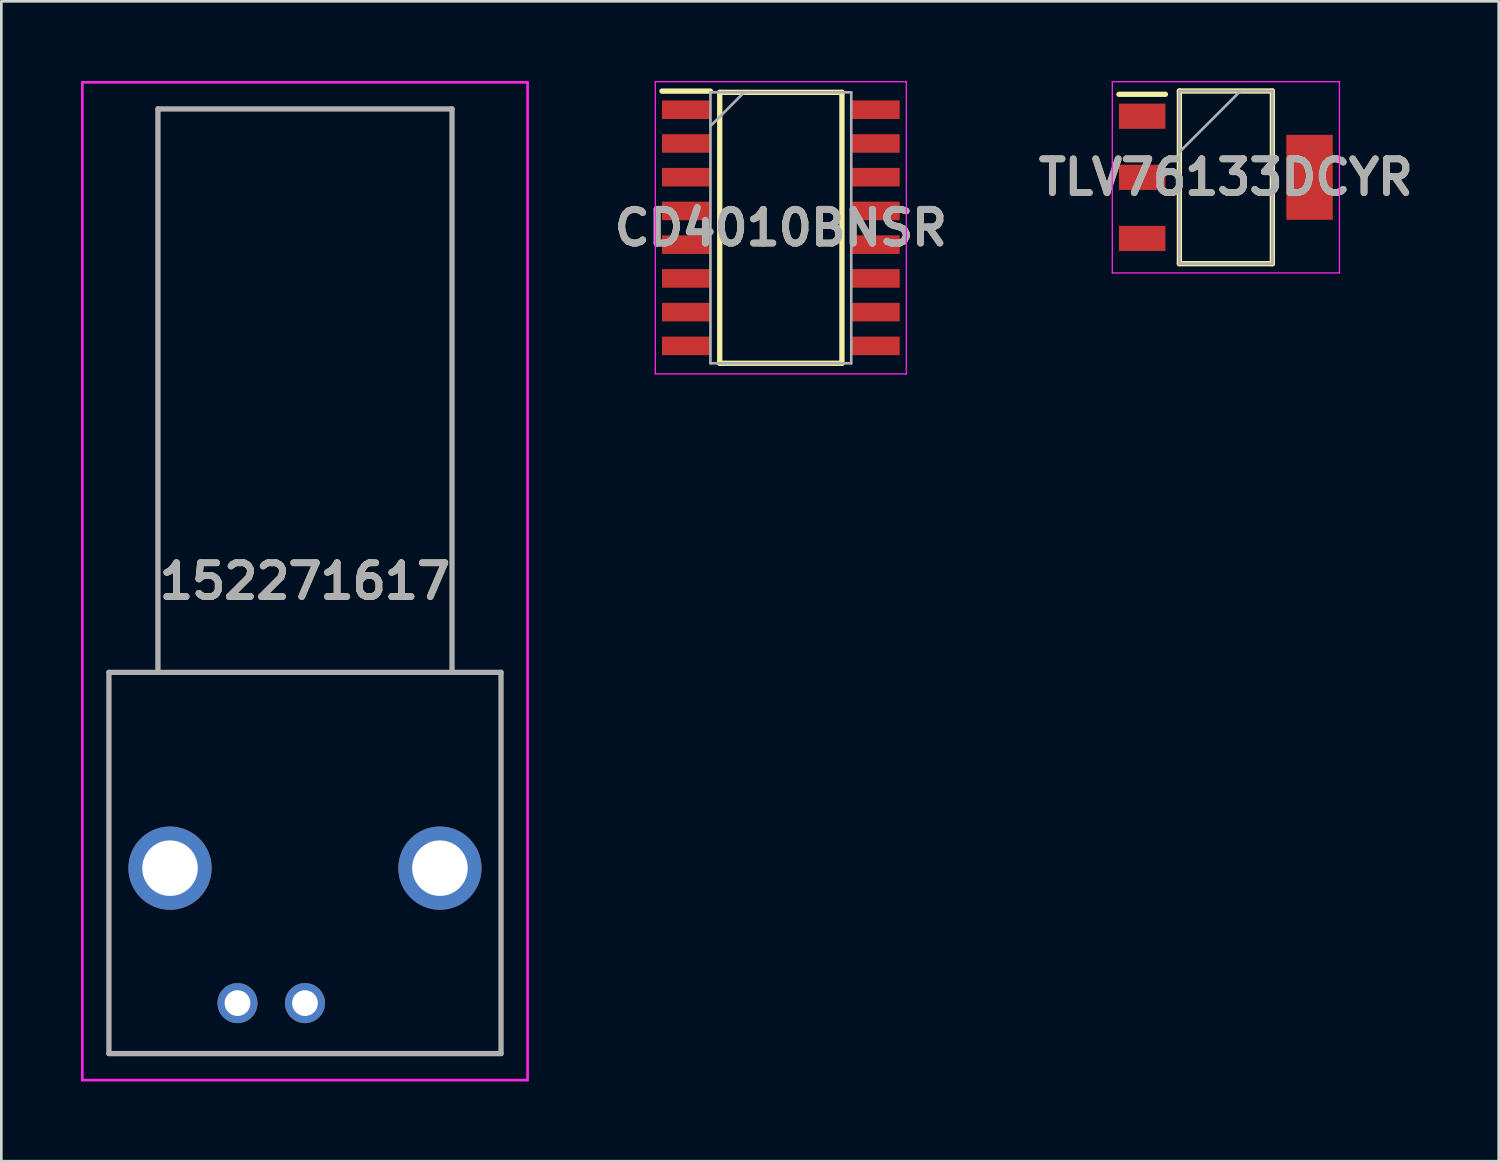
<source format=kicad_pcb>
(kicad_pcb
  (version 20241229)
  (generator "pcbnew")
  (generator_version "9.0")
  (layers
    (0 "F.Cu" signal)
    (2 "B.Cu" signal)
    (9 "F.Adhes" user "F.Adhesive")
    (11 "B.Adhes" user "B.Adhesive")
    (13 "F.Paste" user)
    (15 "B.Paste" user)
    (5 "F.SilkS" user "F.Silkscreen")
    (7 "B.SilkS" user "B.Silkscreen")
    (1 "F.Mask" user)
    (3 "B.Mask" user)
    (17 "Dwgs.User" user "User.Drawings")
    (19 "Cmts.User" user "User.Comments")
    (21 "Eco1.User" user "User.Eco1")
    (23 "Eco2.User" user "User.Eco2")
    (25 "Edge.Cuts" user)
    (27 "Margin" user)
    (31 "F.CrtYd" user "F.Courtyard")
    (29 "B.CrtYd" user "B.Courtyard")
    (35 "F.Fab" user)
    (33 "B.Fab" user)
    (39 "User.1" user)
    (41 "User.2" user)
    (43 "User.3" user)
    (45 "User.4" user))
  (footprint "TLV76133DCYR"
    (layer "F.Cu")
    (at 43.095 3.625)
    (property "Reference" "TLV76133DCYR" (at 0 0 0) (layer "F.SilkS") (effects (font (size 1.27 1.27) (thickness 0.254))))
    (attr smd)
    (fp_line (start -4.025 -3.125) (end -2.275 -3.125) (stroke (width 0.2) (type solid)) (layer "F.SilkS"))
    (fp_line (start -1.75 -3.25) (end 1.75 -3.25) (stroke (width 0.2) (type solid)) (layer "F.SilkS"))
    (fp_line (start -1.75 3.25) (end -1.75 -3.25) (stroke (width 0.2) (type solid)) (layer "F.SilkS"))
    (fp_line (start 1.75 -3.25) (end 1.75 3.25) (stroke (width 0.2) (type solid)) (layer "F.SilkS"))
    (fp_line (start 1.75 3.25) (end -1.75 3.25) (stroke (width 0.2) (type solid)) (layer "F.SilkS"))
    (fp_line (start -4.275 -3.6) (end 4.275 -3.6) (stroke (width 0.05) (type solid)) (layer "F.CrtYd"))
    (fp_line (start -4.275 3.6) (end -4.275 -3.6) (stroke (width 0.05) (type solid)) (layer "F.CrtYd"))
    (fp_line (start 4.275 -3.6) (end 4.275 3.6) (stroke (width 0.05) (type solid)) (layer "F.CrtYd"))
    (fp_line (start 4.275 3.6) (end -4.275 3.6) (stroke (width 0.05) (type solid)) (layer "F.CrtYd"))
    (fp_line (start -1.75 -3.25) (end 1.75 -3.25) (stroke (width 0.1) (type solid)) (layer "F.Fab"))
    (fp_line (start -1.75 -0.95) (end 0.55 -3.25) (stroke (width 0.1) (type solid)) (layer "F.Fab"))
    (fp_line (start -1.75 3.25) (end -1.75 -3.25) (stroke (width 0.1) (type solid)) (layer "F.Fab"))
    (fp_line (start 1.75 -3.25) (end 1.75 3.25) (stroke (width 0.1) (type solid)) (layer "F.Fab"))
    (fp_line (start 1.75 3.25) (end -1.75 3.25) (stroke (width 0.1) (type solid)) (layer "F.Fab"))
    (fp_text user "${REFERENCE}" (at 0 0 0) (layer "F.Fab") (effects (font (size 1.27 1.27) (thickness 0.254))))
    (pad "1" smd rect (at -3.15 -2.3 90) (size 0.95 1.75) (layers "F.Cu" "F.Mask" "F.Paste"))
    (pad "2" smd rect (at -3.15 0 90) (size 0.95 1.75) (layers "F.Cu" "F.Mask" "F.Paste"))
    (pad "3" smd rect (at -3.15 2.3 90) (size 0.95 1.75) (layers "F.Cu" "F.Mask" "F.Paste"))
    (pad "4" smd rect (at 3.15 0) (size 1.75 3.2) (layers "F.Cu" "F.Mask" "F.Paste")))
  (footprint "152271617"
    (layer "F.Cu")
    (at 5.89 34.71)
    (property "Reference" "152271617" (at 2.54 -15.88 0) (layer "F.SilkS") (effects (font (size 1.27 1.27) (thickness 0.254))))
    (attr through_hole)
    (fp_line (start -4.84 -12.45) (end 9.92 -12.45) (stroke (width 0.1) (type solid)) (layer "F.SilkS"))
    (fp_line (start -4.84 1.9) (end -4.84 -12.45) (stroke (width 0.1) (type solid)) (layer "F.SilkS"))
    (fp_line (start -2.995 -33.66) (end 8.075 -33.66) (stroke (width 0.1) (type solid)) (layer "F.SilkS"))
    (fp_line (start -2.995 -12.895) (end -2.995 -33.66) (stroke (width 0.1) (type solid)) (layer "F.SilkS"))
    (fp_line (start 8.075 -33.66) (end 8.075 -12.45) (stroke (width 0.1) (type solid)) (layer "F.SilkS"))
    (fp_line (start 9.92 -12.45) (end 9.92 1.9) (stroke (width 0.1) (type solid)) (layer "F.SilkS"))
    (fp_line (start 9.92 1.9) (end -4.84 1.9) (stroke (width 0.1) (type solid)) (layer "F.SilkS"))
    (fp_line (start -5.84 -34.66) (end 10.92 -34.66) (stroke (width 0.1) (type solid)) (layer "F.CrtYd"))
    (fp_line (start -5.84 2.9) (end -5.84 -34.66) (stroke (width 0.1) (type solid)) (layer "F.CrtYd"))
    (fp_line (start 10.92 -34.66) (end 10.92 2.9) (stroke (width 0.1) (type solid)) (layer "F.CrtYd"))
    (fp_line (start 10.92 2.9) (end -5.84 2.9) (stroke (width 0.1) (type solid)) (layer "F.CrtYd"))
    (fp_line (start -4.84 -12.45) (end 9.92 -12.45) (stroke (width 0.2) (type solid)) (layer "F.Fab"))
    (fp_line (start -4.84 1.9) (end -4.84 -12.45) (stroke (width 0.2) (type solid)) (layer "F.Fab"))
    (fp_line (start -2.995 -33.66) (end 8.075 -33.66) (stroke (width 0.2) (type solid)) (layer "F.Fab"))
    (fp_line (start -2.995 -12.45) (end -2.995 -33.66) (stroke (width 0.2) (type solid)) (layer "F.Fab"))
    (fp_line (start 8.075 -33.66) (end 8.075 -12.45) (stroke (width 0.2) (type solid)) (layer "F.Fab"))
    (fp_line (start 9.92 -12.45) (end 9.92 1.9) (stroke (width 0.2) (type solid)) (layer "F.Fab"))
    (fp_line (start 9.92 1.9) (end -4.84 1.9) (stroke (width 0.2) (type solid)) (layer "F.Fab"))
    (fp_text user "${REFERENCE}" (at 2.54 -15.88 0) (layer "F.Fab") (effects (font (size 1.27 1.27) (thickness 0.254))))
    (pad "1" thru_hole circle (at 0 0) (size 1.509 1.509) (drill 0.97) (layers "*.Cu" "*.Mask"))
    (pad "2" thru_hole circle (at 2.54 0) (size 1.509 1.509) (drill 0.97) (layers "*.Cu" "*.Mask"))
    (pad "MH1" thru_hole circle (at -2.54 -5.08) (size 3.135 3.135) (drill 2.09) (layers "*.Cu" "*.Mask"))
    (pad "MH2" thru_hole circle (at 7.62 -5.08) (size 3.135 3.135) (drill 2.09) (layers "*.Cu" "*.Mask")))
  (footprint "CD4010BNSR"
    (layer "F.Cu")
    (at 26.343 5.525)
    (property "Reference" "CD4010BNSR" (at 0 0 0) (layer "F.SilkS") (effects (font (size 1.27 1.27) (thickness 0.254))))
    (attr smd)
    (fp_line (start -4.475 -5.145) (end -2.65 -5.145) (stroke (width 0.2) (type solid)) (layer "F.SilkS"))
    (fp_line (start -2.3 -5.1) (end 2.3 -5.1) (stroke (width 0.2) (type solid)) (layer "F.SilkS"))
    (fp_line (start -2.3 5.1) (end -2.3 -5.1) (stroke (width 0.2) (type solid)) (layer "F.SilkS"))
    (fp_line (start 2.3 -5.1) (end 2.3 5.1) (stroke (width 0.2) (type solid)) (layer "F.SilkS"))
    (fp_line (start 2.3 5.1) (end -2.3 5.1) (stroke (width 0.2) (type solid)) (layer "F.SilkS"))
    (fp_line (start -4.725 -5.5) (end 4.725 -5.5) (stroke (width 0.05) (type solid)) (layer "F.CrtYd"))
    (fp_line (start -4.725 5.5) (end -4.725 -5.5) (stroke (width 0.05) (type solid)) (layer "F.CrtYd"))
    (fp_line (start 4.725 -5.5) (end 4.725 5.5) (stroke (width 0.05) (type solid)) (layer "F.CrtYd"))
    (fp_line (start 4.725 5.5) (end -4.725 5.5) (stroke (width 0.05) (type solid)) (layer "F.CrtYd"))
    (fp_line (start -2.65 -5.1) (end 2.65 -5.1) (stroke (width 0.1) (type solid)) (layer "F.Fab"))
    (fp_line (start -2.65 -3.83) (end -1.38 -5.1) (stroke (width 0.1) (type solid)) (layer "F.Fab"))
    (fp_line (start -2.65 5.1) (end -2.65 -5.1) (stroke (width 0.1) (type solid)) (layer "F.Fab"))
    (fp_line (start 2.65 -5.1) (end 2.65 5.1) (stroke (width 0.1) (type solid)) (layer "F.Fab"))
    (fp_line (start 2.65 5.1) (end -2.65 5.1) (stroke (width 0.1) (type solid)) (layer "F.Fab"))
    (fp_text user "${REFERENCE}" (at 0 0 0) (layer "F.Fab") (effects (font (size 1.27 1.27) (thickness 0.254))))
    (pad "1" smd rect (at -3.562 -4.445 90) (size 0.7 1.825) (layers "F.Cu" "F.Mask" "F.Paste"))
    (pad "2" smd rect (at -3.562 -3.175 90) (size 0.7 1.825) (layers "F.Cu" "F.Mask" "F.Paste"))
    (pad "3" smd rect (at -3.562 -1.905 90) (size 0.7 1.825) (layers "F.Cu" "F.Mask" "F.Paste"))
    (pad "4" smd rect (at -3.562 -0.635 90) (size 0.7 1.825) (layers "F.Cu" "F.Mask" "F.Paste"))
    (pad "5" smd rect (at -3.562 0.635 90) (size 0.7 1.825) (layers "F.Cu" "F.Mask" "F.Paste"))
    (pad "6" smd rect (at -3.562 1.905 90) (size 0.7 1.825) (layers "F.Cu" "F.Mask" "F.Paste"))
    (pad "7" smd rect (at -3.562 3.175 90) (size 0.7 1.825) (layers "F.Cu" "F.Mask" "F.Paste"))
    (pad "8" smd rect (at -3.562 4.445 90) (size 0.7 1.825) (layers "F.Cu" "F.Mask" "F.Paste"))
    (pad "9" smd rect (at 3.562 4.445 90) (size 0.7 1.825) (layers "F.Cu" "F.Mask" "F.Paste"))
    (pad "10" smd rect (at 3.562 3.175 90) (size 0.7 1.825) (layers "F.Cu" "F.Mask" "F.Paste"))
    (pad "11" smd rect (at 3.562 1.905 90) (size 0.7 1.825) (layers "F.Cu" "F.Mask" "F.Paste"))
    (pad "12" smd rect (at 3.562 0.635 90) (size 0.7 1.825) (layers "F.Cu" "F.Mask" "F.Paste"))
    (pad "13" smd rect (at 3.562 -0.635 90) (size 0.7 1.825) (layers "F.Cu" "F.Mask" "F.Paste"))
    (pad "14" smd rect (at 3.562 -1.905 90) (size 0.7 1.825) (layers "F.Cu" "F.Mask" "F.Paste"))
    (pad "15" smd rect (at 3.562 -3.175 90) (size 0.7 1.825) (layers "F.Cu" "F.Mask" "F.Paste"))
    (pad "16" smd rect (at 3.562 -4.445 90) (size 0.7 1.825) (layers "F.Cu" "F.Mask" "F.Paste")))
  (gr_rect
    (start -3 -3)
    (end 53.365 40.66)
    (stroke (width 0.1) (type default))
    (fill no)
    (layer "Edge.Cuts")))
</source>
